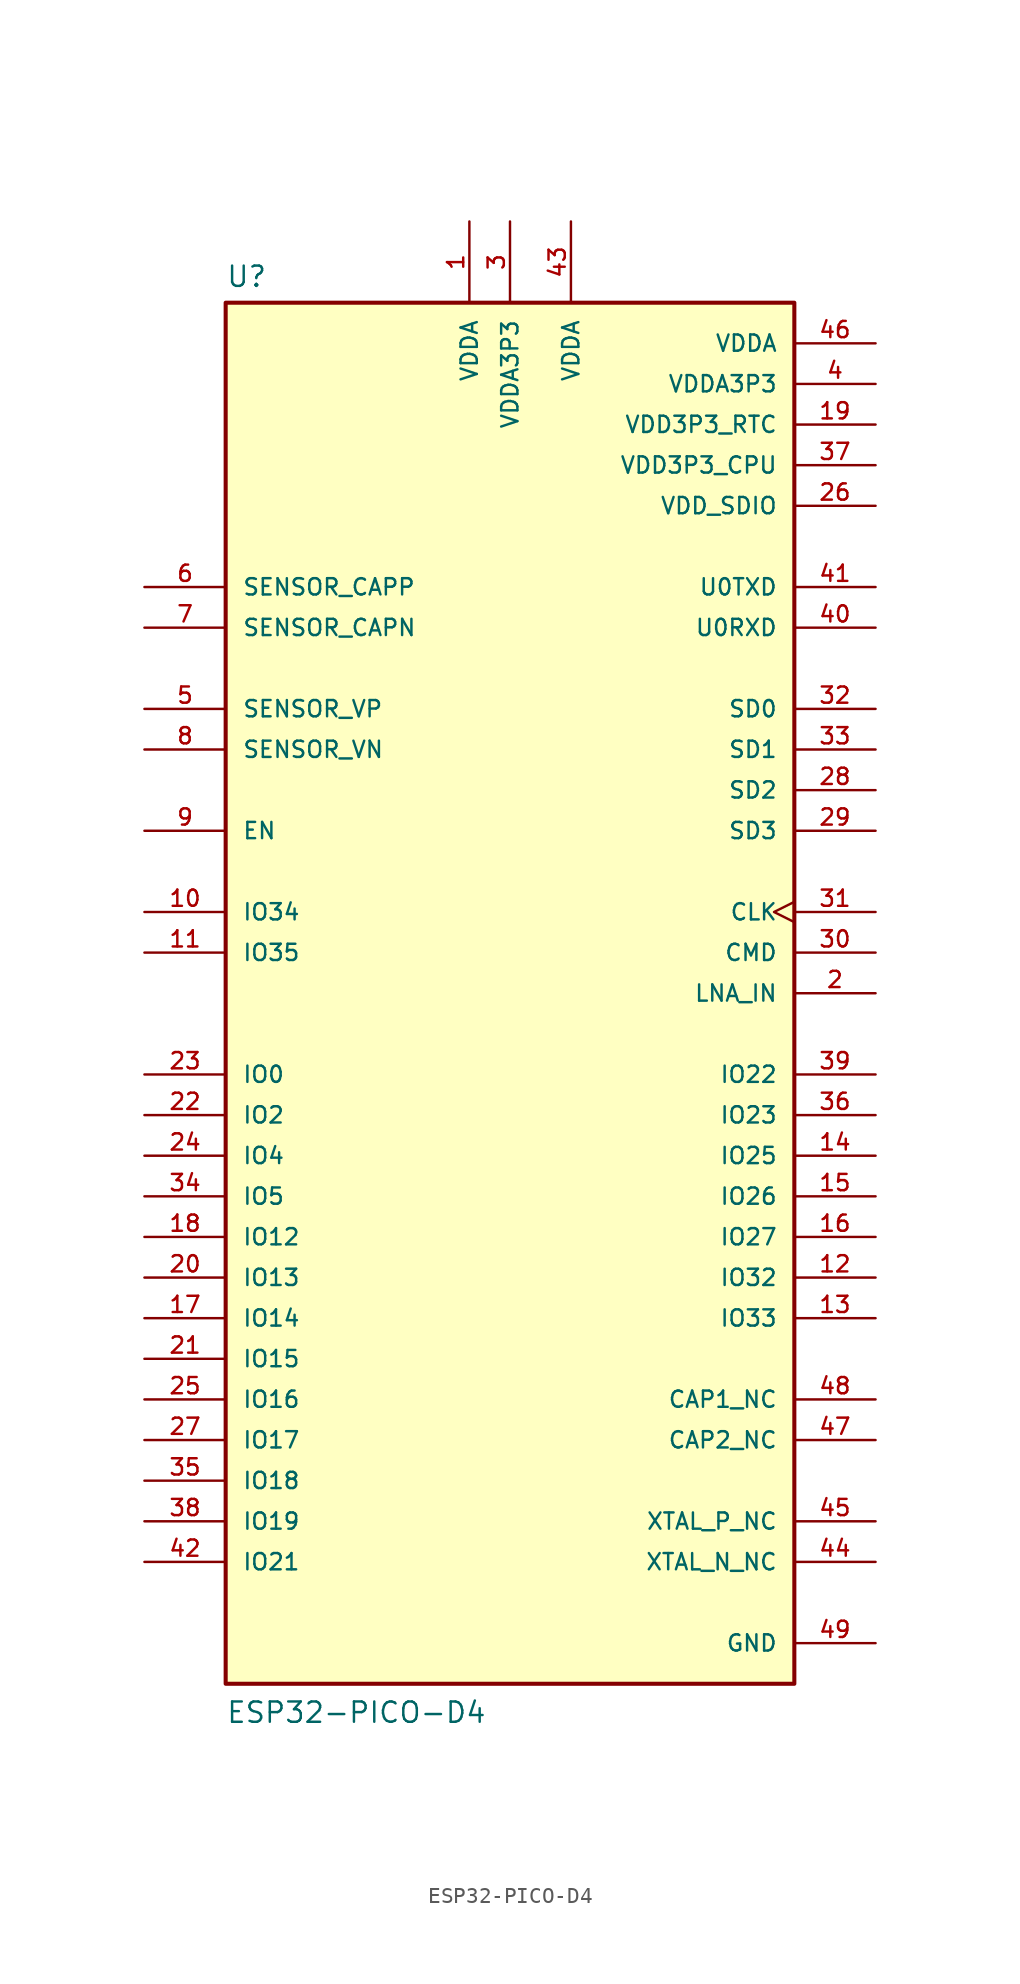
<source format=kicad_sym>
(kicad_symbol_lib
  (version 20231120)
  (generator "kicad_symbol_editor")
  (generator_version "8.0")
  (symbol "ESP32-PICO-D4"
    (pin_names
      (offset 1.016))
    (property "Reference" "U"
      (at -17.78 44.069 0)
      (effects (font (size 1.27 1.27)) (justify left bottom)))
    (property "Value" "ESP32-PICO-D4"
      (at -17.78 -45.72 0)
      (effects (font (size 1.27 1.27)) (justify left bottom)))
    (symbol "ESP32-PICO-D4_0_0"
      (rectangle (start -17.78 43.18) (end 17.78 -43.18) (stroke (width 0.254) (type default)) (fill (type background)))
      (pin power_in line (at -2.54 48.26 270) (length 5.08) (name "VDDA" (effects (font (size 1.016 1.016)))) (number "1" (effects (font (size 1.016 1.016)))))
      (pin input line (at -22.86 5.08 0) (length 5.08) (name "IO34" (effects (font (size 1.016 1.016)))) (number "10" (effects (font (size 1.016 1.016)))))
      (pin input line (at -22.86 2.54 0) (length 5.08) (name "IO35" (effects (font (size 1.016 1.016)))) (number "11" (effects (font (size 1.016 1.016)))))
      (pin bidirectional line (at 22.86 -17.78 180) (length 5.08) (name "IO32" (effects (font (size 1.016 1.016)))) (number "12" (effects (font (size 1.016 1.016)))))
      (pin bidirectional line (at 22.86 -20.32 180) (length 5.08) (name "IO33" (effects (font (size 1.016 1.016)))) (number "13" (effects (font (size 1.016 1.016)))))
      (pin bidirectional line (at 22.86 -10.16 180) (length 5.08) (name "IO25" (effects (font (size 1.016 1.016)))) (number "14" (effects (font (size 1.016 1.016)))))
      (pin bidirectional line (at 22.86 -12.7 180) (length 5.08) (name "IO26" (effects (font (size 1.016 1.016)))) (number "15" (effects (font (size 1.016 1.016)))))
      (pin bidirectional line (at 22.86 -15.24 180) (length 5.08) (name "IO27" (effects (font (size 1.016 1.016)))) (number "16" (effects (font (size 1.016 1.016)))))
      (pin bidirectional line (at -22.86 -20.32 0) (length 5.08) (name "IO14" (effects (font (size 1.016 1.016)))) (number "17" (effects (font (size 1.016 1.016)))))
      (pin bidirectional line (at -22.86 -15.24 0) (length 5.08) (name "IO12" (effects (font (size 1.016 1.016)))) (number "18" (effects (font (size 1.016 1.016)))))
      (pin power_in line (at 22.86 35.56 180) (length 5.08) (name "VDD3P3_RTC" (effects (font (size 1.016 1.016)))) (number "19" (effects (font (size 1.016 1.016)))))
      (pin bidirectional line (at 22.86 0 180) (length 5.08) (name "LNA_IN" (effects (font (size 1.016 1.016)))) (number "2" (effects (font (size 1.016 1.016)))))
      (pin bidirectional line (at -22.86 -17.78 0) (length 5.08) (name "IO13" (effects (font (size 1.016 1.016)))) (number "20" (effects (font (size 1.016 1.016)))))
      (pin bidirectional line (at -22.86 -22.86 0) (length 5.08) (name "IO15" (effects (font (size 1.016 1.016)))) (number "21" (effects (font (size 1.016 1.016)))))
      (pin bidirectional line (at -22.86 -7.62 0) (length 5.08) (name "IO2" (effects (font (size 1.016 1.016)))) (number "22" (effects (font (size 1.016 1.016)))))
      (pin bidirectional line (at -22.86 -5.08 0) (length 5.08) (name "IO0" (effects (font (size 1.016 1.016)))) (number "23" (effects (font (size 1.016 1.016)))))
      (pin bidirectional line (at -22.86 -10.16 0) (length 5.08) (name "IO4" (effects (font (size 1.016 1.016)))) (number "24" (effects (font (size 1.016 1.016)))))
      (pin bidirectional line (at -22.86 -25.4 0) (length 5.08) (name "IO16" (effects (font (size 1.016 1.016)))) (number "25" (effects (font (size 1.016 1.016)))))
      (pin power_in line (at 22.86 30.48 180) (length 5.08) (name "VDD_SDIO" (effects (font (size 1.016 1.016)))) (number "26" (effects (font (size 1.016 1.016)))))
      (pin bidirectional line (at -22.86 -27.94 0) (length 5.08) (name "IO17" (effects (font (size 1.016 1.016)))) (number "27" (effects (font (size 1.016 1.016)))))
      (pin bidirectional line (at 22.86 12.7 180) (length 5.08) (name "SD2" (effects (font (size 1.016 1.016)))) (number "28" (effects (font (size 1.016 1.016)))))
      (pin bidirectional line (at 22.86 10.16 180) (length 5.08) (name "SD3" (effects (font (size 1.016 1.016)))) (number "29" (effects (font (size 1.016 1.016)))))
      (pin power_in line (at 0 48.26 270) (length 5.08) (name "VDDA3P3" (effects (font (size 1.016 1.016)))) (number "3" (effects (font (size 1.016 1.016)))))
      (pin bidirectional line (at 22.86 2.54 180) (length 5.08) (name "CMD" (effects (font (size 1.016 1.016)))) (number "30" (effects (font (size 1.016 1.016)))))
      (pin bidirectional clock (at 22.86 5.08 180) (length 5.08) (name "CLK" (effects (font (size 1.016 1.016)))) (number "31" (effects (font (size 1.016 1.016)))))
      (pin bidirectional line (at 22.86 17.78 180) (length 5.08) (name "SD0" (effects (font (size 1.016 1.016)))) (number "32" (effects (font (size 1.016 1.016)))))
      (pin bidirectional line (at 22.86 15.24 180) (length 5.08) (name "SD1" (effects (font (size 1.016 1.016)))) (number "33" (effects (font (size 1.016 1.016)))))
      (pin bidirectional line (at -22.86 -12.7 0) (length 5.08) (name "IO5" (effects (font (size 1.016 1.016)))) (number "34" (effects (font (size 1.016 1.016)))))
      (pin bidirectional line (at -22.86 -30.48 0) (length 5.08) (name "IO18" (effects (font (size 1.016 1.016)))) (number "35" (effects (font (size 1.016 1.016)))))
      (pin bidirectional line (at 22.86 -7.62 180) (length 5.08) (name "IO23" (effects (font (size 1.016 1.016)))) (number "36" (effects (font (size 1.016 1.016)))))
      (pin power_in line (at 22.86 33.02 180) (length 5.08) (name "VDD3P3_CPU" (effects (font (size 1.016 1.016)))) (number "37" (effects (font (size 1.016 1.016)))))
      (pin bidirectional line (at -22.86 -33.02 0) (length 5.08) (name "IO19" (effects (font (size 1.016 1.016)))) (number "38" (effects (font (size 1.016 1.016)))))
      (pin bidirectional line (at 22.86 -5.08 180) (length 5.08) (name "IO22" (effects (font (size 1.016 1.016)))) (number "39" (effects (font (size 1.016 1.016)))))
      (pin power_in line (at 22.86 38.1 180) (length 5.08) (name "VDDA3P3" (effects (font (size 1.016 1.016)))) (number "4" (effects (font (size 1.016 1.016)))))
      (pin bidirectional line (at 22.86 22.86 180) (length 5.08) (name "U0RXD" (effects (font (size 1.016 1.016)))) (number "40" (effects (font (size 1.016 1.016)))))
      (pin bidirectional line (at 22.86 25.4 180) (length 5.08) (name "U0TXD" (effects (font (size 1.016 1.016)))) (number "41" (effects (font (size 1.016 1.016)))))
      (pin bidirectional line (at -22.86 -35.56 0) (length 5.08) (name "IO21" (effects (font (size 1.016 1.016)))) (number "42" (effects (font (size 1.016 1.016)))))
      (pin power_in line (at 3.81 48.26 270) (length 5.08) (name "VDDA" (effects (font (size 1.016 1.016)))) (number "43" (effects (font (size 1.016 1.016)))))
      (pin power_in line (at 22.86 40.64 180) (length 5.08) (name "VDDA" (effects (font (size 1.016 1.016)))) (number "46" (effects (font (size 1.016 1.016)))))
      (pin power_in line (at 22.86 -40.64 180) (length 5.08) (name "GND" (effects (font (size 1.016 1.016)))) (number "49" (effects (font (size 1.016 1.016)))))
      (pin input line (at -22.86 17.78 0) (length 5.08) (name "SENSOR_VP" (effects (font (size 1.016 1.016)))) (number "5" (effects (font (size 1.016 1.016)))))
      (pin input line (at -22.86 25.4 0) (length 5.08) (name "SENSOR_CAPP" (effects (font (size 1.016 1.016)))) (number "6" (effects (font (size 1.016 1.016)))))
      (pin input line (at -22.86 22.86 0) (length 5.08) (name "SENSOR_CAPN" (effects (font (size 1.016 1.016)))) (number "7" (effects (font (size 1.016 1.016)))))
      (pin input line (at -22.86 15.24 0) (length 5.08) (name "SENSOR_VN" (effects (font (size 1.016 1.016)))) (number "8" (effects (font (size 1.016 1.016)))))
      (pin input line (at -22.86 10.16 0) (length 5.08) (name "EN" (effects (font (size 1.016 1.016)))) (number "9" (effects (font (size 1.016 1.016))))))
    (symbol "ESP32-PICO-D4_1_0"
      (pin input line (at 22.86 -35.56 180) (length 5.08) (name "XTAL_N_NC" (effects (font (size 1.016 1.016)))) (number "44" (effects (font (size 1.016 1.016)))))
      (pin input line (at 22.86 -33.02 180) (length 5.08) (name "XTAL_P_NC" (effects (font (size 1.016 1.016)))) (number "45" (effects (font (size 1.016 1.016)))))
      (pin input line (at 22.86 -27.94 180) (length 5.08) (name "CAP2_NC" (effects (font (size 1.016 1.016)))) (number "47" (effects (font (size 1.016 1.016)))))
      (pin input line (at 22.86 -25.4 180) (length 5.08) (name "CAP1_NC" (effects (font (size 1.016 1.016)))) (number "48" (effects (font (size 1.016 1.016))))))))
</source>
